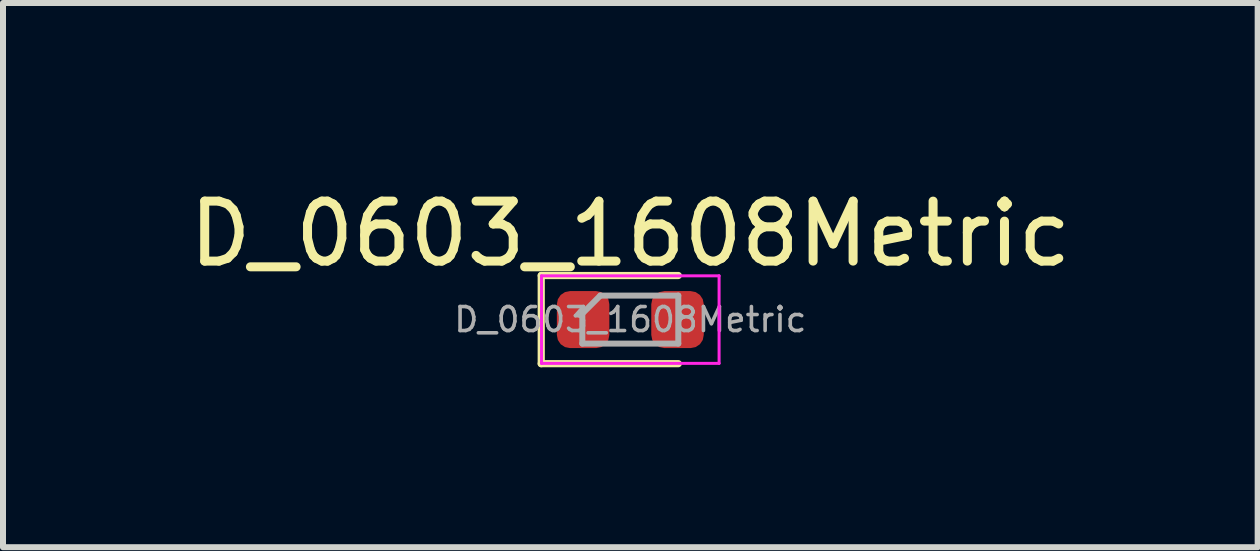
<source format=kicad_pcb>
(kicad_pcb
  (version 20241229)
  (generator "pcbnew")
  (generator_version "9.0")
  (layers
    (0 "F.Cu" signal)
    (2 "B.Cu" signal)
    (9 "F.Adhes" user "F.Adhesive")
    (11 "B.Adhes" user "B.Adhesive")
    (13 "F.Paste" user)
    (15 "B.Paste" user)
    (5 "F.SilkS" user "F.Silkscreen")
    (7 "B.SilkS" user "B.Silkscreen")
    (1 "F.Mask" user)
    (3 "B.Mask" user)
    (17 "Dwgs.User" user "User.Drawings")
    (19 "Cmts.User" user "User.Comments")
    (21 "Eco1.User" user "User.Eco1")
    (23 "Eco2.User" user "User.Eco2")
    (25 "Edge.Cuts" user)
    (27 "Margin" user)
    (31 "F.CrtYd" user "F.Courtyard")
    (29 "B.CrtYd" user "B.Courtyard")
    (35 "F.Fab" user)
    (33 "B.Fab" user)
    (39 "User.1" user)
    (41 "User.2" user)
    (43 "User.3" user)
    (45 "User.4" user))
  (footprint "D_0603_1608Metric"
    (layer "F.Cu")
    (at 7.458 2.278)
    (property "Reference" "D_0603_1608Metric" (at 0 -1.43 0) (layer "F.SilkS") (effects (font (size 1 1) (thickness 0.15))))
    (attr smd)
    (fp_line (start -1.485 -0.735) (end -1.485 0.735) (stroke (width 0.12) (type solid)) (layer "F.SilkS"))
    (fp_line (start -1.485 0.735) (end 0.8 0.735) (stroke (width 0.12) (type solid)) (layer "F.SilkS"))
    (fp_line (start 0.8 -0.735) (end -1.485 -0.735) (stroke (width 0.12) (type solid)) (layer "F.SilkS"))
    (fp_line (start -1.48 -0.73) (end 1.48 -0.73) (stroke (width 0.05) (type solid)) (layer "F.CrtYd"))
    (fp_line (start -1.48 0.73) (end -1.48 -0.73) (stroke (width 0.05) (type solid)) (layer "F.CrtYd"))
    (fp_line (start 1.48 -0.73) (end 1.48 0.73) (stroke (width 0.05) (type solid)) (layer "F.CrtYd"))
    (fp_line (start 1.48 0.73) (end -1.48 0.73) (stroke (width 0.05) (type solid)) (layer "F.CrtYd"))
    (fp_line (start -0.8 -0.1) (end -0.8 0.4) (stroke (width 0.1) (type solid)) (layer "F.Fab"))
    (fp_line (start -0.8 0.4) (end 0.8 0.4) (stroke (width 0.1) (type solid)) (layer "F.Fab"))
    (fp_line (start -0.5 -0.4) (end -0.8 -0.1) (stroke (width 0.1) (type solid)) (layer "F.Fab"))
    (fp_line (start 0.8 -0.4) (end -0.5 -0.4) (stroke (width 0.1) (type solid)) (layer "F.Fab"))
    (fp_line (start 0.8 0.4) (end 0.8 -0.4) (stroke (width 0.1) (type solid)) (layer "F.Fab"))
    (fp_text user "${REFERENCE}" (at 0 0 0) (layer "F.Fab") (effects (font (size 0.4 0.4) (thickness 0.06))))
    (pad "1" smd roundrect (at -0.787 0) (size 0.875 0.95) (layers "F.Cu" "F.Mask" "F.Paste") (roundrect_rratio 0.25))
    (pad "2" smd roundrect (at 0.787 0) (size 0.875 0.95) (layers "F.Cu" "F.Mask" "F.Paste") (roundrect_rratio 0.25)))
  (gr_rect
    (start -3 -3)
    (end 17.917 6.073)
    (stroke (width 0.1) (type default))
    (fill no)
    (layer "Edge.Cuts")))
</source>
